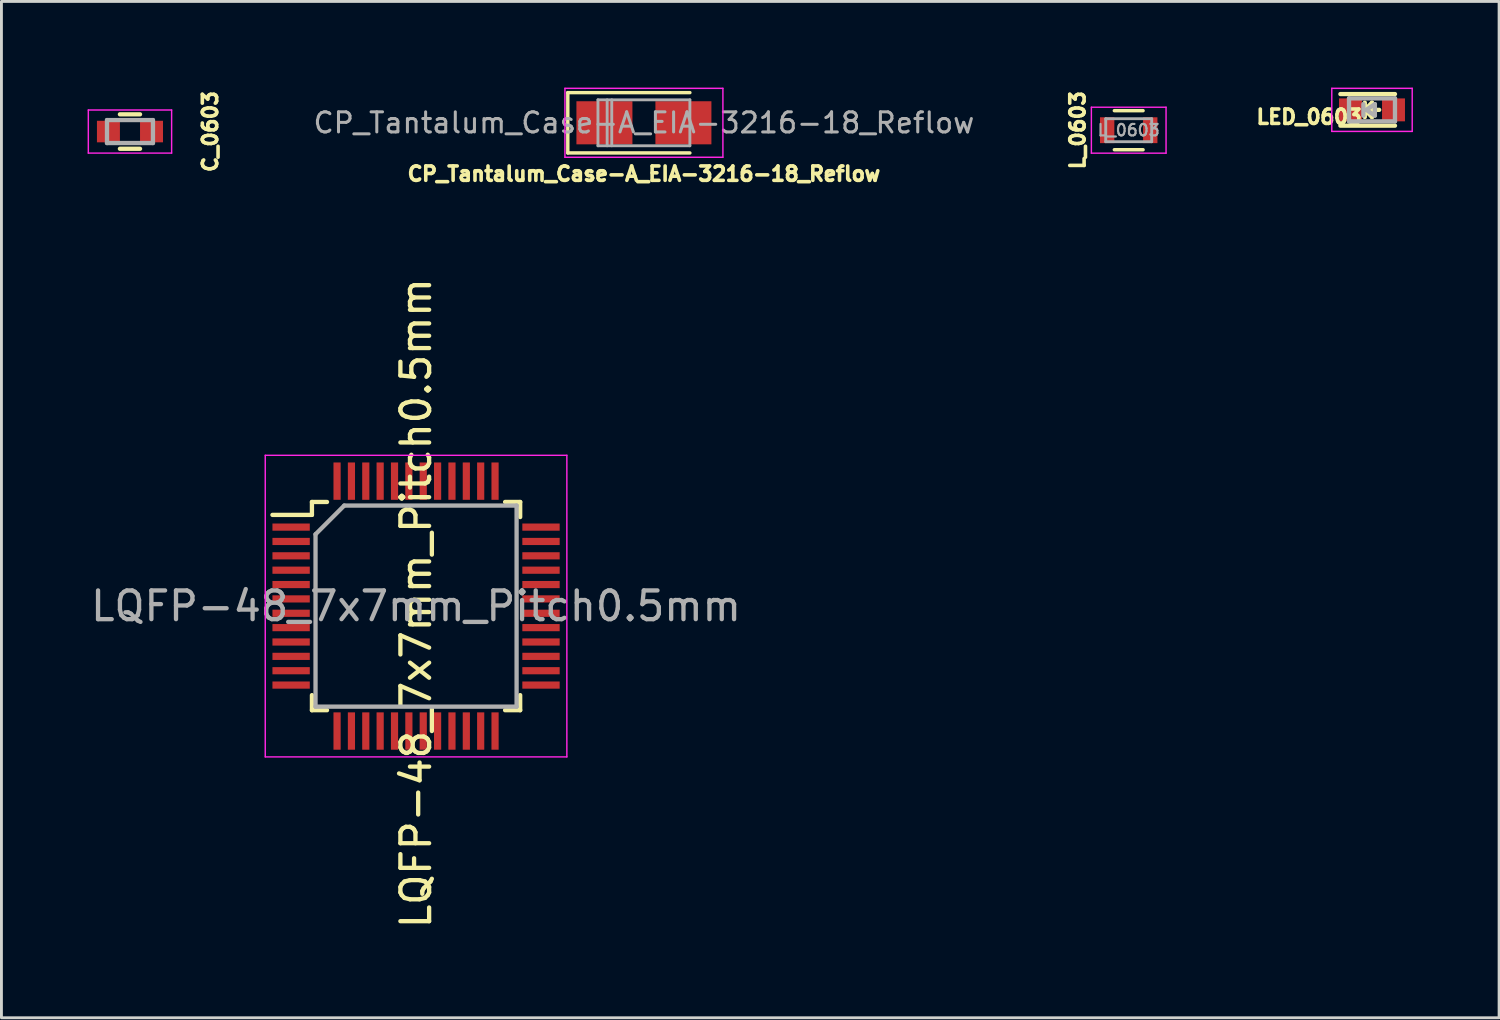
<source format=kicad_pcb>
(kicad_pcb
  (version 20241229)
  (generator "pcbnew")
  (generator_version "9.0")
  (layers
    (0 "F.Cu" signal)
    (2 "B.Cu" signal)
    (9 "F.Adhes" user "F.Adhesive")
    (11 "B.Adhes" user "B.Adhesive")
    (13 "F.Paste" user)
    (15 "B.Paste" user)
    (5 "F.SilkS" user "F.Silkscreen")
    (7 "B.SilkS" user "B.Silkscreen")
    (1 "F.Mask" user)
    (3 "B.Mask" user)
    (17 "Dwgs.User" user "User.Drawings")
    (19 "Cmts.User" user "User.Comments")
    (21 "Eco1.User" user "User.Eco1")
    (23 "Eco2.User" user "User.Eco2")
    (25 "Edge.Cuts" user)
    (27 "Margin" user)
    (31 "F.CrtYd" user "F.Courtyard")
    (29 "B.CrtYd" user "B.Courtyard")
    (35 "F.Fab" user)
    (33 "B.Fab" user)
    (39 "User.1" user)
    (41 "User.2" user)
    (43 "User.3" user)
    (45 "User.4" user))
  (footprint "LED_0603"
    (layer "F.Cu")
    (at 44.716 0.775)
    (property "Reference" "LED_0603" (at -2.186 0.246 0) (layer "F.SilkS") (effects (font (size 0.5 0.5) (thickness 0.125))))
    (attr smd)
    (fp_line (start -1.1 -0.55) (end 0.8 -0.55) (stroke (width 0.15) (type solid)) (layer "F.SilkS"))
    (fp_line (start -1.1 0.55) (end 0.8 0.55) (stroke (width 0.15) (type solid)) (layer "F.SilkS"))
    (fp_line (start -0.25 -0.25) (end -0.25 0.25) (stroke (width 0.15) (type solid)) (layer "F.SilkS"))
    (fp_line (start -0.25 0) (end 0 -0.25) (stroke (width 0.15) (type solid)) (layer "F.SilkS"))
    (fp_line (start -0.2 0) (end 0.25 0) (stroke (width 0.15) (type solid)) (layer "F.SilkS"))
    (fp_line (start 0 -0.25) (end 0 0.25) (stroke (width 0.15) (type solid)) (layer "F.SilkS"))
    (fp_line (start 0 0.25) (end -0.25 0) (stroke (width 0.15) (type solid)) (layer "F.SilkS"))
    (fp_line (start -1.4 -0.75) (end 1.4 -0.75) (stroke (width 0.05) (type solid)) (layer "F.CrtYd"))
    (fp_line (start -1.4 0.75) (end -1.4 -0.75) (stroke (width 0.05) (type solid)) (layer "F.CrtYd"))
    (fp_line (start 1.4 -0.75) (end 1.4 0.75) (stroke (width 0.05) (type solid)) (layer "F.CrtYd"))
    (fp_line (start 1.4 0.75) (end -1.4 0.75) (stroke (width 0.05) (type solid)) (layer "F.CrtYd"))
    (fp_line (start -0.8 -0.4) (end 0.8 -0.4) (stroke (width 0.15) (type solid)) (layer "F.Fab"))
    (fp_line (start -0.8 0.4) (end -0.8 -0.4) (stroke (width 0.15) (type solid)) (layer "F.Fab"))
    (fp_line (start -0.3 -0.2) (end -0.3 0.2) (stroke (width 0.15) (type solid)) (layer "F.Fab"))
    (fp_line (start -0.2 0) (end 0.1 -0.2) (stroke (width 0.15) (type solid)) (layer "F.Fab"))
    (fp_line (start 0.1 -0.2) (end 0.1 0.2) (stroke (width 0.15) (type solid)) (layer "F.Fab"))
    (fp_line (start 0.1 0.2) (end -0.2 0) (stroke (width 0.15) (type solid)) (layer "F.Fab"))
    (fp_line (start 0.8 -0.4) (end 0.8 0.4) (stroke (width 0.15) (type solid)) (layer "F.Fab"))
    (fp_line (start 0.8 0.4) (end -0.8 0.4) (stroke (width 0.15) (type solid)) (layer "F.Fab"))
    (pad "1" smd rect (at -0.749 0 180) (size 0.798 0.798) (layers "F.Cu" "F.Mask" "F.Paste"))
    (pad "2" smd rect (at 0.749 0 180) (size 0.798 0.798) (layers "F.Cu" "F.Mask" "F.Paste")))
  (footprint "L_0603"
    (layer "F.Cu")
    (at 36.246 1.483)
    (property "Reference" "L_0603" (at -1.778 0 90) (layer "F.SilkS") (effects (font (size 0.5 0.5) (thickness 0.125))))
    (attr smd)
    (fp_line (start -0.5 -0.68) (end 0.5 -0.68) (stroke (width 0.12) (type solid)) (layer "F.SilkS"))
    (fp_line (start 0.5 0.68) (end -0.5 0.68) (stroke (width 0.12) (type solid)) (layer "F.SilkS"))
    (fp_line (start -1.3 -0.8) (end -1.3 0.8) (stroke (width 0.05) (type solid)) (layer "F.CrtYd"))
    (fp_line (start -1.3 -0.8) (end 1.3 -0.8) (stroke (width 0.05) (type solid)) (layer "F.CrtYd"))
    (fp_line (start -1.3 0.8) (end 1.3 0.8) (stroke (width 0.05) (type solid)) (layer "F.CrtYd"))
    (fp_line (start 1.3 -0.8) (end 1.3 0.8) (stroke (width 0.05) (type solid)) (layer "F.CrtYd"))
    (fp_line (start -0.8 -0.4) (end 0.8 -0.4) (stroke (width 0.1) (type solid)) (layer "F.Fab"))
    (fp_line (start -0.8 0.4) (end -0.8 -0.4) (stroke (width 0.1) (type solid)) (layer "F.Fab"))
    (fp_line (start 0.8 -0.4) (end 0.8 0.4) (stroke (width 0.1) (type solid)) (layer "F.Fab"))
    (fp_line (start 0.8 0.4) (end -0.8 0.4) (stroke (width 0.1) (type solid)) (layer "F.Fab"))
    (fp_text user "${REFERENCE}" (at 0 0 0) (layer "F.Fab") (effects (font (size 0.4 0.4) (thickness 0.075))))
    (pad "1" smd rect (at -0.75 0) (size 0.5 0.9) (layers "F.Cu" "F.Mask" "F.Paste"))
    (pad "2" smd rect (at 0.75 0) (size 0.5 0.9) (layers "F.Cu" "F.Mask" "F.Paste")))
  (footprint "CP_Tantalum_Case-A_EIA-3216-18_Reflow"
    (layer "F.Cu")
    (at 19.368 1.225)
    (property "Reference" "CP_Tantalum_Case-A_EIA-3216-18_Reflow" (at 0 1.778 0) (layer "F.SilkS") (effects (font (size 0.5 0.5) (thickness 0.125))))
    (attr smd)
    (fp_line (start -2.65 -1.05) (end -2.65 1.05) (stroke (width 0.12) (type solid)) (layer "F.SilkS"))
    (fp_line (start -2.65 -1.05) (end 1.6 -1.05) (stroke (width 0.12) (type solid)) (layer "F.SilkS"))
    (fp_line (start -2.65 1.05) (end 1.6 1.05) (stroke (width 0.12) (type solid)) (layer "F.SilkS"))
    (fp_line (start -2.75 -1.2) (end -2.75 1.2) (stroke (width 0.05) (type solid)) (layer "F.CrtYd"))
    (fp_line (start -2.75 1.2) (end 2.75 1.2) (stroke (width 0.05) (type solid)) (layer "F.CrtYd"))
    (fp_line (start 2.75 -1.2) (end -2.75 -1.2) (stroke (width 0.05) (type solid)) (layer "F.CrtYd"))
    (fp_line (start 2.75 1.2) (end 2.75 -1.2) (stroke (width 0.05) (type solid)) (layer "F.CrtYd"))
    (fp_line (start -1.6 -0.8) (end -1.6 0.8) (stroke (width 0.1) (type solid)) (layer "F.Fab"))
    (fp_line (start -1.6 0.8) (end 1.6 0.8) (stroke (width 0.1) (type solid)) (layer "F.Fab"))
    (fp_line (start -1.28 -0.8) (end -1.28 0.8) (stroke (width 0.1) (type solid)) (layer "F.Fab"))
    (fp_line (start -1.12 -0.8) (end -1.12 0.8) (stroke (width 0.1) (type solid)) (layer "F.Fab"))
    (fp_line (start 1.6 -0.8) (end -1.6 -0.8) (stroke (width 0.1) (type solid)) (layer "F.Fab"))
    (fp_line (start 1.6 0.8) (end 1.6 -0.8) (stroke (width 0.1) (type solid)) (layer "F.Fab"))
    (fp_text user "${REFERENCE}" (at 0 0 0) (layer "F.Fab") (effects (font (size 0.7 0.7) (thickness 0.105))))
    (pad "1" smd rect (at -1.375 0) (size 1.95 1.5) (layers "F.Cu" "F.Mask" "F.Paste"))
    (pad "2" smd rect (at 1.375 0) (size 1.95 1.5) (layers "F.Cu" "F.Mask" "F.Paste")))
  (footprint "C_0603"
    (layer "F.Cu")
    (at 1.475 1.53)
    (property "Reference" "C_0603" (at 2.794 0 270) (layer "F.SilkS") (effects (font (size 0.5 0.5) (thickness 0.125))))
    (attr smd)
    (fp_line (start -0.35 -0.6) (end 0.35 -0.6) (stroke (width 0.15) (type solid)) (layer "F.SilkS"))
    (fp_line (start 0.35 0.6) (end -0.35 0.6) (stroke (width 0.15) (type solid)) (layer "F.SilkS"))
    (fp_line (start -1.45 -0.75) (end -1.45 0.75) (stroke (width 0.05) (type solid)) (layer "F.CrtYd"))
    (fp_line (start -1.45 -0.75) (end 1.45 -0.75) (stroke (width 0.05) (type solid)) (layer "F.CrtYd"))
    (fp_line (start -1.45 0.75) (end 1.45 0.75) (stroke (width 0.05) (type solid)) (layer "F.CrtYd"))
    (fp_line (start 1.45 -0.75) (end 1.45 0.75) (stroke (width 0.05) (type solid)) (layer "F.CrtYd"))
    (fp_line (start -0.8 -0.4) (end 0.8 -0.4) (stroke (width 0.15) (type solid)) (layer "F.Fab"))
    (fp_line (start -0.8 0.4) (end -0.8 -0.4) (stroke (width 0.15) (type solid)) (layer "F.Fab"))
    (fp_line (start 0.8 -0.4) (end 0.8 0.4) (stroke (width 0.15) (type solid)) (layer "F.Fab"))
    (fp_line (start 0.8 0.4) (end -0.8 0.4) (stroke (width 0.15) (type solid)) (layer "F.Fab"))
    (pad "1" smd rect (at -0.75 0) (size 0.8 0.75) (layers "F.Cu" "F.Mask" "F.Paste"))
    (pad "2" smd rect (at 0.75 0) (size 0.8 0.75) (layers "F.Cu" "F.Mask" "F.Paste")))
  (footprint "LQFP-48_7x7mm_Pitch0.5mm"
    (layer "F.Cu")
    (at 11.435 18.051)
    (property "Reference" "LQFP-48_7x7mm_Pitch0.5mm" (at 0 -0.102 90) (layer "F.SilkS") (effects (font (size 1 1) (thickness 0.15))))
    (attr smd)
    (fp_line (start -3.625 -3.625) (end -3.625 -3.175) (stroke (width 0.15) (type solid)) (layer "F.SilkS"))
    (fp_line (start -3.625 -3.625) (end -3.1 -3.625) (stroke (width 0.15) (type solid)) (layer "F.SilkS"))
    (fp_line (start -3.625 -3.175) (end -5 -3.175) (stroke (width 0.15) (type solid)) (layer "F.SilkS"))
    (fp_line (start -3.625 3.625) (end -3.625 3.1) (stroke (width 0.15) (type solid)) (layer "F.SilkS"))
    (fp_line (start -3.625 3.625) (end -3.1 3.625) (stroke (width 0.15) (type solid)) (layer "F.SilkS"))
    (fp_line (start 3.625 -3.625) (end 3.1 -3.625) (stroke (width 0.15) (type solid)) (layer "F.SilkS"))
    (fp_line (start 3.625 -3.625) (end 3.625 -3.1) (stroke (width 0.15) (type solid)) (layer "F.SilkS"))
    (fp_line (start 3.625 3.625) (end 3.1 3.625) (stroke (width 0.15) (type solid)) (layer "F.SilkS"))
    (fp_line (start 3.625 3.625) (end 3.625 3.1) (stroke (width 0.15) (type solid)) (layer "F.SilkS"))
    (fp_line (start -5.25 -5.25) (end -5.25 5.25) (stroke (width 0.05) (type solid)) (layer "F.CrtYd"))
    (fp_line (start -5.25 -5.25) (end 5.25 -5.25) (stroke (width 0.05) (type solid)) (layer "F.CrtYd"))
    (fp_line (start -5.25 5.25) (end 5.25 5.25) (stroke (width 0.05) (type solid)) (layer "F.CrtYd"))
    (fp_line (start 5.25 -5.25) (end 5.25 5.25) (stroke (width 0.05) (type solid)) (layer "F.CrtYd"))
    (fp_line (start -3.5 -2.5) (end -2.5 -3.5) (stroke (width 0.15) (type solid)) (layer "F.Fab"))
    (fp_line (start -3.5 3.5) (end -3.5 -2.5) (stroke (width 0.15) (type solid)) (layer "F.Fab"))
    (fp_line (start -2.5 -3.5) (end 3.5 -3.5) (stroke (width 0.15) (type solid)) (layer "F.Fab"))
    (fp_line (start 3.5 -3.5) (end 3.5 3.5) (stroke (width 0.15) (type solid)) (layer "F.Fab"))
    (fp_line (start 3.5 3.5) (end -3.5 3.5) (stroke (width 0.15) (type solid)) (layer "F.Fab"))
    (fp_text user "${REFERENCE}" (at 0 0 0) (layer "F.Fab") (effects (font (size 1 1) (thickness 0.15))))
    (pad "1" smd rect (at -4.35 -2.75) (size 1.3 0.25) (layers "F.Cu" "F.Mask" "F.Paste"))
    (pad "2" smd rect (at -4.35 -2.25) (size 1.3 0.25) (layers "F.Cu" "F.Mask" "F.Paste"))
    (pad "3" smd rect (at -4.35 -1.75) (size 1.3 0.25) (layers "F.Cu" "F.Mask" "F.Paste"))
    (pad "4" smd rect (at -4.35 -1.25) (size 1.3 0.25) (layers "F.Cu" "F.Mask" "F.Paste"))
    (pad "5" smd rect (at -4.35 -0.75) (size 1.3 0.25) (layers "F.Cu" "F.Mask" "F.Paste"))
    (pad "6" smd rect (at -4.35 -0.25) (size 1.3 0.25) (layers "F.Cu" "F.Mask" "F.Paste"))
    (pad "7" smd rect (at -4.35 0.25) (size 1.3 0.25) (layers "F.Cu" "F.Mask" "F.Paste"))
    (pad "8" smd rect (at -4.35 0.75) (size 1.3 0.25) (layers "F.Cu" "F.Mask" "F.Paste"))
    (pad "9" smd rect (at -4.35 1.25) (size 1.3 0.25) (layers "F.Cu" "F.Mask" "F.Paste"))
    (pad "10" smd rect (at -4.35 1.75) (size 1.3 0.25) (layers "F.Cu" "F.Mask" "F.Paste"))
    (pad "11" smd rect (at -4.35 2.25) (size 1.3 0.25) (layers "F.Cu" "F.Mask" "F.Paste"))
    (pad "12" smd rect (at -4.35 2.75) (size 1.3 0.25) (layers "F.Cu" "F.Mask" "F.Paste"))
    (pad "13" smd rect (at -2.75 4.35 90) (size 1.3 0.25) (layers "F.Cu" "F.Mask" "F.Paste"))
    (pad "14" smd rect (at -2.25 4.35 90) (size 1.3 0.25) (layers "F.Cu" "F.Mask" "F.Paste"))
    (pad "15" smd rect (at -1.75 4.35 90) (size 1.3 0.25) (layers "F.Cu" "F.Mask" "F.Paste"))
    (pad "16" smd rect (at -1.25 4.35 90) (size 1.3 0.25) (layers "F.Cu" "F.Mask" "F.Paste"))
    (pad "17" smd rect (at -0.75 4.35 90) (size 1.3 0.25) (layers "F.Cu" "F.Mask" "F.Paste"))
    (pad "18" smd rect (at -0.25 4.35 90) (size 1.3 0.25) (layers "F.Cu" "F.Mask" "F.Paste"))
    (pad "19" smd rect (at 0.25 4.35 90) (size 1.3 0.25) (layers "F.Cu" "F.Mask" "F.Paste"))
    (pad "20" smd rect (at 0.75 4.35 90) (size 1.3 0.25) (layers "F.Cu" "F.Mask" "F.Paste"))
    (pad "21" smd rect (at 1.25 4.35 90) (size 1.3 0.25) (layers "F.Cu" "F.Mask" "F.Paste"))
    (pad "22" smd rect (at 1.75 4.35 90) (size 1.3 0.25) (layers "F.Cu" "F.Mask" "F.Paste"))
    (pad "23" smd rect (at 2.25 4.35 90) (size 1.3 0.25) (layers "F.Cu" "F.Mask" "F.Paste"))
    (pad "24" smd rect (at 2.75 4.35 90) (size 1.3 0.25) (layers "F.Cu" "F.Mask" "F.Paste"))
    (pad "25" smd rect (at 4.35 2.75) (size 1.3 0.25) (layers "F.Cu" "F.Mask" "F.Paste"))
    (pad "26" smd rect (at 4.35 2.25) (size 1.3 0.25) (layers "F.Cu" "F.Mask" "F.Paste"))
    (pad "27" smd rect (at 4.35 1.75) (size 1.3 0.25) (layers "F.Cu" "F.Mask" "F.Paste"))
    (pad "28" smd rect (at 4.35 1.25) (size 1.3 0.25) (layers "F.Cu" "F.Mask" "F.Paste"))
    (pad "29" smd rect (at 4.35 0.75) (size 1.3 0.25) (layers "F.Cu" "F.Mask" "F.Paste"))
    (pad "30" smd rect (at 4.35 0.25) (size 1.3 0.25) (layers "F.Cu" "F.Mask" "F.Paste"))
    (pad "31" smd rect (at 4.35 -0.25) (size 1.3 0.25) (layers "F.Cu" "F.Mask" "F.Paste"))
    (pad "32" smd rect (at 4.35 -0.75) (size 1.3 0.25) (layers "F.Cu" "F.Mask" "F.Paste"))
    (pad "33" smd rect (at 4.35 -1.25) (size 1.3 0.25) (layers "F.Cu" "F.Mask" "F.Paste"))
    (pad "34" smd rect (at 4.35 -1.75) (size 1.3 0.25) (layers "F.Cu" "F.Mask" "F.Paste"))
    (pad "35" smd rect (at 4.35 -2.25) (size 1.3 0.25) (layers "F.Cu" "F.Mask" "F.Paste"))
    (pad "36" smd rect (at 4.35 -2.75) (size 1.3 0.25) (layers "F.Cu" "F.Mask" "F.Paste"))
    (pad "37" smd rect (at 2.75 -4.35 90) (size 1.3 0.25) (layers "F.Cu" "F.Mask" "F.Paste"))
    (pad "38" smd rect (at 2.25 -4.35 90) (size 1.3 0.25) (layers "F.Cu" "F.Mask" "F.Paste"))
    (pad "39" smd rect (at 1.75 -4.35 90) (size 1.3 0.25) (layers "F.Cu" "F.Mask" "F.Paste"))
    (pad "40" smd rect (at 1.25 -4.35 90) (size 1.3 0.25) (layers "F.Cu" "F.Mask" "F.Paste"))
    (pad "41" smd rect (at 0.75 -4.35 90) (size 1.3 0.25) (layers "F.Cu" "F.Mask" "F.Paste"))
    (pad "42" smd rect (at 0.25 -4.35 90) (size 1.3 0.25) (layers "F.Cu" "F.Mask" "F.Paste"))
    (pad "43" smd rect (at -0.25 -4.35 90) (size 1.3 0.25) (layers "F.Cu" "F.Mask" "F.Paste"))
    (pad "44" smd rect (at -0.75 -4.35 90) (size 1.3 0.25) (layers "F.Cu" "F.Mask" "F.Paste"))
    (pad "45" smd rect (at -1.25 -4.35 90) (size 1.3 0.25) (layers "F.Cu" "F.Mask" "F.Paste"))
    (pad "46" smd rect (at -1.75 -4.35 90) (size 1.3 0.25) (layers "F.Cu" "F.Mask" "F.Paste"))
    (pad "47" smd rect (at -2.25 -4.35 90) (size 1.3 0.25) (layers "F.Cu" "F.Mask" "F.Paste"))
    (pad "48" smd rect (at -2.75 -4.35 90) (size 1.3 0.25) (layers "F.Cu" "F.Mask" "F.Paste")))
  (gr_rect
    (start -3 -3)
    (end 49.141 32.384)
    (stroke (width 0.1) (type default))
    (fill no)
    (layer "Edge.Cuts")))
</source>
